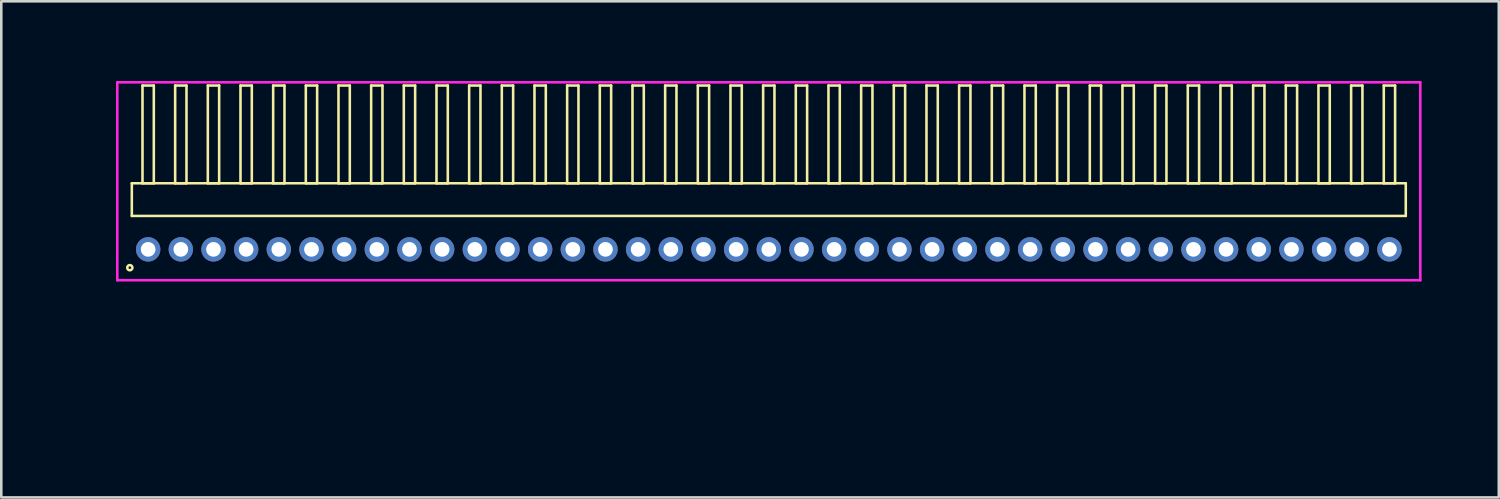
<source format=kicad_pcb>
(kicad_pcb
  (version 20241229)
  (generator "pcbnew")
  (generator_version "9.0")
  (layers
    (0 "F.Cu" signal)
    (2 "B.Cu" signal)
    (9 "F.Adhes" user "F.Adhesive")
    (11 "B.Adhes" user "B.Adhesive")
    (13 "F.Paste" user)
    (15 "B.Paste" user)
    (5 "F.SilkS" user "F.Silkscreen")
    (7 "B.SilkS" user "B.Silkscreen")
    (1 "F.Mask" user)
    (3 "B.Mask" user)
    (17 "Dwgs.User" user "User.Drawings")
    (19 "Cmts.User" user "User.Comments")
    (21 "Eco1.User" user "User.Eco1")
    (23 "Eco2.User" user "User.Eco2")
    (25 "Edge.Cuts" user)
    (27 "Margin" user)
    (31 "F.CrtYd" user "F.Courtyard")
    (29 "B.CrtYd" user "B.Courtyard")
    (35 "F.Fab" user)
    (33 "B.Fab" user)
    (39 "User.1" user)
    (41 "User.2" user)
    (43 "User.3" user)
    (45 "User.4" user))
  (footprint "HDR_RA127P39x1"
    (layer "F.Cu")
    (at 26.84 6.645)
    (property "Reference" "HDR_RA127P39x1" (at -26.08 0 90) (layer "User.1") (effects (font (size 1 1) (thickness 0.1))))
    (attr through_hole)
    (fp_line (start -24.765 -2.57) (end -24.765 -1.3) (stroke (width 0.1) (type solid)) (layer "F.SilkS"))
    (fp_line (start -24.765 -1.3) (end 24.765 -1.3) (stroke (width 0.1) (type solid)) (layer "F.SilkS"))
    (fp_line (start -24.35 -6.37) (end -24.35 -2.57) (stroke (width 0.1) (type solid)) (layer "F.SilkS"))
    (fp_line (start -24.35 -2.57) (end -23.91 -2.57) (stroke (width 0.1) (type solid)) (layer "F.SilkS"))
    (fp_line (start -23.91 -6.37) (end -24.35 -6.37) (stroke (width 0.1) (type solid)) (layer "F.SilkS"))
    (fp_line (start -23.91 -2.57) (end -23.91 -6.37) (stroke (width 0.1) (type solid)) (layer "F.SilkS"))
    (fp_line (start -23.08 -6.37) (end -23.08 -2.57) (stroke (width 0.1) (type solid)) (layer "F.SilkS"))
    (fp_line (start -23.08 -2.57) (end -22.64 -2.57) (stroke (width 0.1) (type solid)) (layer "F.SilkS"))
    (fp_line (start -22.64 -6.37) (end -23.08 -6.37) (stroke (width 0.1) (type solid)) (layer "F.SilkS"))
    (fp_line (start -22.64 -2.57) (end -22.64 -6.37) (stroke (width 0.1) (type solid)) (layer "F.SilkS"))
    (fp_line (start -21.81 -6.37) (end -21.81 -2.57) (stroke (width 0.1) (type solid)) (layer "F.SilkS"))
    (fp_line (start -21.81 -2.57) (end -21.37 -2.57) (stroke (width 0.1) (type solid)) (layer "F.SilkS"))
    (fp_line (start -21.37 -6.37) (end -21.81 -6.37) (stroke (width 0.1) (type solid)) (layer "F.SilkS"))
    (fp_line (start -21.37 -2.57) (end -21.37 -6.37) (stroke (width 0.1) (type solid)) (layer "F.SilkS"))
    (fp_line (start -20.54 -6.37) (end -20.54 -2.57) (stroke (width 0.1) (type solid)) (layer "F.SilkS"))
    (fp_line (start -20.54 -2.57) (end -20.1 -2.57) (stroke (width 0.1) (type solid)) (layer "F.SilkS"))
    (fp_line (start -20.1 -6.37) (end -20.54 -6.37) (stroke (width 0.1) (type solid)) (layer "F.SilkS"))
    (fp_line (start -20.1 -2.57) (end -20.1 -6.37) (stroke (width 0.1) (type solid)) (layer "F.SilkS"))
    (fp_line (start -19.27 -6.37) (end -19.27 -2.57) (stroke (width 0.1) (type solid)) (layer "F.SilkS"))
    (fp_line (start -19.27 -2.57) (end -18.83 -2.57) (stroke (width 0.1) (type solid)) (layer "F.SilkS"))
    (fp_line (start -18.83 -6.37) (end -19.27 -6.37) (stroke (width 0.1) (type solid)) (layer "F.SilkS"))
    (fp_line (start -18.83 -2.57) (end -18.83 -6.37) (stroke (width 0.1) (type solid)) (layer "F.SilkS"))
    (fp_line (start -18 -6.37) (end -18 -2.57) (stroke (width 0.1) (type solid)) (layer "F.SilkS"))
    (fp_line (start -18 -2.57) (end -17.56 -2.57) (stroke (width 0.1) (type solid)) (layer "F.SilkS"))
    (fp_line (start -17.56 -6.37) (end -18 -6.37) (stroke (width 0.1) (type solid)) (layer "F.SilkS"))
    (fp_line (start -17.56 -2.57) (end -17.56 -6.37) (stroke (width 0.1) (type solid)) (layer "F.SilkS"))
    (fp_line (start -16.73 -6.37) (end -16.73 -2.57) (stroke (width 0.1) (type solid)) (layer "F.SilkS"))
    (fp_line (start -16.73 -2.57) (end -16.29 -2.57) (stroke (width 0.1) (type solid)) (layer "F.SilkS"))
    (fp_line (start -16.29 -6.37) (end -16.73 -6.37) (stroke (width 0.1) (type solid)) (layer "F.SilkS"))
    (fp_line (start -16.29 -2.57) (end -16.29 -6.37) (stroke (width 0.1) (type solid)) (layer "F.SilkS"))
    (fp_line (start -15.46 -6.37) (end -15.46 -2.57) (stroke (width 0.1) (type solid)) (layer "F.SilkS"))
    (fp_line (start -15.46 -2.57) (end -15.02 -2.57) (stroke (width 0.1) (type solid)) (layer "F.SilkS"))
    (fp_line (start -15.02 -6.37) (end -15.46 -6.37) (stroke (width 0.1) (type solid)) (layer "F.SilkS"))
    (fp_line (start -15.02 -2.57) (end -15.02 -6.37) (stroke (width 0.1) (type solid)) (layer "F.SilkS"))
    (fp_line (start -14.19 -6.37) (end -14.19 -2.57) (stroke (width 0.1) (type solid)) (layer "F.SilkS"))
    (fp_line (start -14.19 -2.57) (end -13.75 -2.57) (stroke (width 0.1) (type solid)) (layer "F.SilkS"))
    (fp_line (start -13.75 -6.37) (end -14.19 -6.37) (stroke (width 0.1) (type solid)) (layer "F.SilkS"))
    (fp_line (start -13.75 -2.57) (end -13.75 -6.37) (stroke (width 0.1) (type solid)) (layer "F.SilkS"))
    (fp_line (start -12.92 -6.37) (end -12.92 -2.57) (stroke (width 0.1) (type solid)) (layer "F.SilkS"))
    (fp_line (start -12.92 -2.57) (end -12.48 -2.57) (stroke (width 0.1) (type solid)) (layer "F.SilkS"))
    (fp_line (start -12.48 -6.37) (end -12.92 -6.37) (stroke (width 0.1) (type solid)) (layer "F.SilkS"))
    (fp_line (start -12.48 -2.57) (end -12.48 -6.37) (stroke (width 0.1) (type solid)) (layer "F.SilkS"))
    (fp_line (start -11.65 -6.37) (end -11.65 -2.57) (stroke (width 0.1) (type solid)) (layer "F.SilkS"))
    (fp_line (start -11.65 -2.57) (end -11.21 -2.57) (stroke (width 0.1) (type solid)) (layer "F.SilkS"))
    (fp_line (start -11.21 -6.37) (end -11.65 -6.37) (stroke (width 0.1) (type solid)) (layer "F.SilkS"))
    (fp_line (start -11.21 -2.57) (end -11.21 -6.37) (stroke (width 0.1) (type solid)) (layer "F.SilkS"))
    (fp_line (start -10.38 -6.37) (end -10.38 -2.57) (stroke (width 0.1) (type solid)) (layer "F.SilkS"))
    (fp_line (start -10.38 -2.57) (end -9.94 -2.57) (stroke (width 0.1) (type solid)) (layer "F.SilkS"))
    (fp_line (start -9.94 -6.37) (end -10.38 -6.37) (stroke (width 0.1) (type solid)) (layer "F.SilkS"))
    (fp_line (start -9.94 -2.57) (end -9.94 -6.37) (stroke (width 0.1) (type solid)) (layer "F.SilkS"))
    (fp_line (start -9.11 -6.37) (end -9.11 -2.57) (stroke (width 0.1) (type solid)) (layer "F.SilkS"))
    (fp_line (start -9.11 -2.57) (end -8.67 -2.57) (stroke (width 0.1) (type solid)) (layer "F.SilkS"))
    (fp_line (start -8.67 -6.37) (end -9.11 -6.37) (stroke (width 0.1) (type solid)) (layer "F.SilkS"))
    (fp_line (start -8.67 -2.57) (end -8.67 -6.37) (stroke (width 0.1) (type solid)) (layer "F.SilkS"))
    (fp_line (start -7.84 -6.37) (end -7.84 -2.57) (stroke (width 0.1) (type solid)) (layer "F.SilkS"))
    (fp_line (start -7.84 -2.57) (end -7.4 -2.57) (stroke (width 0.1) (type solid)) (layer "F.SilkS"))
    (fp_line (start -7.4 -6.37) (end -7.84 -6.37) (stroke (width 0.1) (type solid)) (layer "F.SilkS"))
    (fp_line (start -7.4 -2.57) (end -7.4 -6.37) (stroke (width 0.1) (type solid)) (layer "F.SilkS"))
    (fp_line (start -6.57 -6.37) (end -6.57 -2.57) (stroke (width 0.1) (type solid)) (layer "F.SilkS"))
    (fp_line (start -6.57 -2.57) (end -6.13 -2.57) (stroke (width 0.1) (type solid)) (layer "F.SilkS"))
    (fp_line (start -6.13 -6.37) (end -6.57 -6.37) (stroke (width 0.1) (type solid)) (layer "F.SilkS"))
    (fp_line (start -6.13 -2.57) (end -6.13 -6.37) (stroke (width 0.1) (type solid)) (layer "F.SilkS"))
    (fp_line (start -5.3 -6.37) (end -5.3 -2.57) (stroke (width 0.1) (type solid)) (layer "F.SilkS"))
    (fp_line (start -5.3 -2.57) (end -4.86 -2.57) (stroke (width 0.1) (type solid)) (layer "F.SilkS"))
    (fp_line (start -4.86 -6.37) (end -5.3 -6.37) (stroke (width 0.1) (type solid)) (layer "F.SilkS"))
    (fp_line (start -4.86 -2.57) (end -4.86 -6.37) (stroke (width 0.1) (type solid)) (layer "F.SilkS"))
    (fp_line (start -4.03 -6.37) (end -4.03 -2.57) (stroke (width 0.1) (type solid)) (layer "F.SilkS"))
    (fp_line (start -4.03 -2.57) (end -3.59 -2.57) (stroke (width 0.1) (type solid)) (layer "F.SilkS"))
    (fp_line (start -3.59 -6.37) (end -4.03 -6.37) (stroke (width 0.1) (type solid)) (layer "F.SilkS"))
    (fp_line (start -3.59 -2.57) (end -3.59 -6.37) (stroke (width 0.1) (type solid)) (layer "F.SilkS"))
    (fp_line (start -2.76 -6.37) (end -2.76 -2.57) (stroke (width 0.1) (type solid)) (layer "F.SilkS"))
    (fp_line (start -2.76 -2.57) (end -2.32 -2.57) (stroke (width 0.1) (type solid)) (layer "F.SilkS"))
    (fp_line (start -2.32 -6.37) (end -2.76 -6.37) (stroke (width 0.1) (type solid)) (layer "F.SilkS"))
    (fp_line (start -2.32 -2.57) (end -2.32 -6.37) (stroke (width 0.1) (type solid)) (layer "F.SilkS"))
    (fp_line (start -1.49 -6.37) (end -1.49 -2.57) (stroke (width 0.1) (type solid)) (layer "F.SilkS"))
    (fp_line (start -1.49 -2.57) (end -1.05 -2.57) (stroke (width 0.1) (type solid)) (layer "F.SilkS"))
    (fp_line (start -1.05 -6.37) (end -1.49 -6.37) (stroke (width 0.1) (type solid)) (layer "F.SilkS"))
    (fp_line (start -1.05 -2.57) (end -1.05 -6.37) (stroke (width 0.1) (type solid)) (layer "F.SilkS"))
    (fp_line (start -0.22 -6.37) (end -0.22 -2.57) (stroke (width 0.1) (type solid)) (layer "F.SilkS"))
    (fp_line (start -0.22 -2.57) (end 0.22 -2.57) (stroke (width 0.1) (type solid)) (layer "F.SilkS"))
    (fp_line (start 0.22 -6.37) (end -0.22 -6.37) (stroke (width 0.1) (type solid)) (layer "F.SilkS"))
    (fp_line (start 0.22 -2.57) (end 0.22 -6.37) (stroke (width 0.1) (type solid)) (layer "F.SilkS"))
    (fp_line (start 1.05 -6.37) (end 1.05 -2.57) (stroke (width 0.1) (type solid)) (layer "F.SilkS"))
    (fp_line (start 1.05 -2.57) (end 1.49 -2.57) (stroke (width 0.1) (type solid)) (layer "F.SilkS"))
    (fp_line (start 1.49 -6.37) (end 1.05 -6.37) (stroke (width 0.1) (type solid)) (layer "F.SilkS"))
    (fp_line (start 1.49 -2.57) (end 1.49 -6.37) (stroke (width 0.1) (type solid)) (layer "F.SilkS"))
    (fp_line (start 2.32 -6.37) (end 2.32 -2.57) (stroke (width 0.1) (type solid)) (layer "F.SilkS"))
    (fp_line (start 2.32 -2.57) (end 2.76 -2.57) (stroke (width 0.1) (type solid)) (layer "F.SilkS"))
    (fp_line (start 2.76 -6.37) (end 2.32 -6.37) (stroke (width 0.1) (type solid)) (layer "F.SilkS"))
    (fp_line (start 2.76 -2.57) (end 2.76 -6.37) (stroke (width 0.1) (type solid)) (layer "F.SilkS"))
    (fp_line (start 3.59 -6.37) (end 3.59 -2.57) (stroke (width 0.1) (type solid)) (layer "F.SilkS"))
    (fp_line (start 3.59 -2.57) (end 4.03 -2.57) (stroke (width 0.1) (type solid)) (layer "F.SilkS"))
    (fp_line (start 4.03 -6.37) (end 3.59 -6.37) (stroke (width 0.1) (type solid)) (layer "F.SilkS"))
    (fp_line (start 4.03 -2.57) (end 4.03 -6.37) (stroke (width 0.1) (type solid)) (layer "F.SilkS"))
    (fp_line (start 4.86 -6.37) (end 4.86 -2.57) (stroke (width 0.1) (type solid)) (layer "F.SilkS"))
    (fp_line (start 4.86 -2.57) (end 5.3 -2.57) (stroke (width 0.1) (type solid)) (layer "F.SilkS"))
    (fp_line (start 5.3 -6.37) (end 4.86 -6.37) (stroke (width 0.1) (type solid)) (layer "F.SilkS"))
    (fp_line (start 5.3 -2.57) (end 5.3 -6.37) (stroke (width 0.1) (type solid)) (layer "F.SilkS"))
    (fp_line (start 6.13 -6.37) (end 6.13 -2.57) (stroke (width 0.1) (type solid)) (layer "F.SilkS"))
    (fp_line (start 6.13 -2.57) (end 6.57 -2.57) (stroke (width 0.1) (type solid)) (layer "F.SilkS"))
    (fp_line (start 6.57 -6.37) (end 6.13 -6.37) (stroke (width 0.1) (type solid)) (layer "F.SilkS"))
    (fp_line (start 6.57 -2.57) (end 6.57 -6.37) (stroke (width 0.1) (type solid)) (layer "F.SilkS"))
    (fp_line (start 7.4 -6.37) (end 7.4 -2.57) (stroke (width 0.1) (type solid)) (layer "F.SilkS"))
    (fp_line (start 7.4 -2.57) (end 7.84 -2.57) (stroke (width 0.1) (type solid)) (layer "F.SilkS"))
    (fp_line (start 7.84 -6.37) (end 7.4 -6.37) (stroke (width 0.1) (type solid)) (layer "F.SilkS"))
    (fp_line (start 7.84 -2.57) (end 7.84 -6.37) (stroke (width 0.1) (type solid)) (layer "F.SilkS"))
    (fp_line (start 8.67 -6.37) (end 8.67 -2.57) (stroke (width 0.1) (type solid)) (layer "F.SilkS"))
    (fp_line (start 8.67 -2.57) (end 9.11 -2.57) (stroke (width 0.1) (type solid)) (layer "F.SilkS"))
    (fp_line (start 9.11 -6.37) (end 8.67 -6.37) (stroke (width 0.1) (type solid)) (layer "F.SilkS"))
    (fp_line (start 9.11 -2.57) (end 9.11 -6.37) (stroke (width 0.1) (type solid)) (layer "F.SilkS"))
    (fp_line (start 9.94 -6.37) (end 9.94 -2.57) (stroke (width 0.1) (type solid)) (layer "F.SilkS"))
    (fp_line (start 9.94 -2.57) (end 10.38 -2.57) (stroke (width 0.1) (type solid)) (layer "F.SilkS"))
    (fp_line (start 10.38 -6.37) (end 9.94 -6.37) (stroke (width 0.1) (type solid)) (layer "F.SilkS"))
    (fp_line (start 10.38 -2.57) (end 10.38 -6.37) (stroke (width 0.1) (type solid)) (layer "F.SilkS"))
    (fp_line (start 11.21 -6.37) (end 11.21 -2.57) (stroke (width 0.1) (type solid)) (layer "F.SilkS"))
    (fp_line (start 11.21 -2.57) (end 11.65 -2.57) (stroke (width 0.1) (type solid)) (layer "F.SilkS"))
    (fp_line (start 11.65 -6.37) (end 11.21 -6.37) (stroke (width 0.1) (type solid)) (layer "F.SilkS"))
    (fp_line (start 11.65 -2.57) (end 11.65 -6.37) (stroke (width 0.1) (type solid)) (layer "F.SilkS"))
    (fp_line (start 12.48 -6.37) (end 12.48 -2.57) (stroke (width 0.1) (type solid)) (layer "F.SilkS"))
    (fp_line (start 12.48 -2.57) (end 12.92 -2.57) (stroke (width 0.1) (type solid)) (layer "F.SilkS"))
    (fp_line (start 12.92 -6.37) (end 12.48 -6.37) (stroke (width 0.1) (type solid)) (layer "F.SilkS"))
    (fp_line (start 12.92 -2.57) (end 12.92 -6.37) (stroke (width 0.1) (type solid)) (layer "F.SilkS"))
    (fp_line (start 13.75 -6.37) (end 13.75 -2.57) (stroke (width 0.1) (type solid)) (layer "F.SilkS"))
    (fp_line (start 13.75 -2.57) (end 14.19 -2.57) (stroke (width 0.1) (type solid)) (layer "F.SilkS"))
    (fp_line (start 14.19 -6.37) (end 13.75 -6.37) (stroke (width 0.1) (type solid)) (layer "F.SilkS"))
    (fp_line (start 14.19 -2.57) (end 14.19 -6.37) (stroke (width 0.1) (type solid)) (layer "F.SilkS"))
    (fp_line (start 15.02 -6.37) (end 15.02 -2.57) (stroke (width 0.1) (type solid)) (layer "F.SilkS"))
    (fp_line (start 15.02 -2.57) (end 15.46 -2.57) (stroke (width 0.1) (type solid)) (layer "F.SilkS"))
    (fp_line (start 15.46 -6.37) (end 15.02 -6.37) (stroke (width 0.1) (type solid)) (layer "F.SilkS"))
    (fp_line (start 15.46 -2.57) (end 15.46 -6.37) (stroke (width 0.1) (type solid)) (layer "F.SilkS"))
    (fp_line (start 16.29 -6.37) (end 16.29 -2.57) (stroke (width 0.1) (type solid)) (layer "F.SilkS"))
    (fp_line (start 16.29 -2.57) (end 16.73 -2.57) (stroke (width 0.1) (type solid)) (layer "F.SilkS"))
    (fp_line (start 16.73 -6.37) (end 16.29 -6.37) (stroke (width 0.1) (type solid)) (layer "F.SilkS"))
    (fp_line (start 16.73 -2.57) (end 16.73 -6.37) (stroke (width 0.1) (type solid)) (layer "F.SilkS"))
    (fp_line (start 17.56 -6.37) (end 17.56 -2.57) (stroke (width 0.1) (type solid)) (layer "F.SilkS"))
    (fp_line (start 17.56 -2.57) (end 18 -2.57) (stroke (width 0.1) (type solid)) (layer "F.SilkS"))
    (fp_line (start 18 -6.37) (end 17.56 -6.37) (stroke (width 0.1) (type solid)) (layer "F.SilkS"))
    (fp_line (start 18 -2.57) (end 18 -6.37) (stroke (width 0.1) (type solid)) (layer "F.SilkS"))
    (fp_line (start 18.83 -6.37) (end 18.83 -2.57) (stroke (width 0.1) (type solid)) (layer "F.SilkS"))
    (fp_line (start 18.83 -2.57) (end 19.27 -2.57) (stroke (width 0.1) (type solid)) (layer "F.SilkS"))
    (fp_line (start 19.27 -6.37) (end 18.83 -6.37) (stroke (width 0.1) (type solid)) (layer "F.SilkS"))
    (fp_line (start 19.27 -2.57) (end 19.27 -6.37) (stroke (width 0.1) (type solid)) (layer "F.SilkS"))
    (fp_line (start 20.1 -6.37) (end 20.1 -2.57) (stroke (width 0.1) (type solid)) (layer "F.SilkS"))
    (fp_line (start 20.1 -2.57) (end 20.54 -2.57) (stroke (width 0.1) (type solid)) (layer "F.SilkS"))
    (fp_line (start 20.54 -6.37) (end 20.1 -6.37) (stroke (width 0.1) (type solid)) (layer "F.SilkS"))
    (fp_line (start 20.54 -2.57) (end 20.54 -6.37) (stroke (width 0.1) (type solid)) (layer "F.SilkS"))
    (fp_line (start 21.37 -6.37) (end 21.37 -2.57) (stroke (width 0.1) (type solid)) (layer "F.SilkS"))
    (fp_line (start 21.37 -2.57) (end 21.81 -2.57) (stroke (width 0.1) (type solid)) (layer "F.SilkS"))
    (fp_line (start 21.81 -6.37) (end 21.37 -6.37) (stroke (width 0.1) (type solid)) (layer "F.SilkS"))
    (fp_line (start 21.81 -2.57) (end 21.81 -6.37) (stroke (width 0.1) (type solid)) (layer "F.SilkS"))
    (fp_line (start 22.64 -6.37) (end 22.64 -2.57) (stroke (width 0.1) (type solid)) (layer "F.SilkS"))
    (fp_line (start 22.64 -2.57) (end 23.08 -2.57) (stroke (width 0.1) (type solid)) (layer "F.SilkS"))
    (fp_line (start 23.08 -6.37) (end 22.64 -6.37) (stroke (width 0.1) (type solid)) (layer "F.SilkS"))
    (fp_line (start 23.08 -2.57) (end 23.08 -6.37) (stroke (width 0.1) (type solid)) (layer "F.SilkS"))
    (fp_line (start 23.91 -6.37) (end 23.91 -2.57) (stroke (width 0.1) (type solid)) (layer "F.SilkS"))
    (fp_line (start 23.91 -2.57) (end 24.35 -2.57) (stroke (width 0.1) (type solid)) (layer "F.SilkS"))
    (fp_line (start 24.35 -6.37) (end 23.91 -6.37) (stroke (width 0.1) (type solid)) (layer "F.SilkS"))
    (fp_line (start 24.35 -2.57) (end 24.35 -6.37) (stroke (width 0.1) (type solid)) (layer "F.SilkS"))
    (fp_line (start 24.765 -2.57) (end -24.765 -2.57) (stroke (width 0.1) (type solid)) (layer "F.SilkS"))
    (fp_line (start 24.765 -1.3) (end 24.765 -2.57) (stroke (width 0.1) (type solid)) (layer "F.SilkS"))
    (fp_circle (center -24.843 0.712) (end -24.742 0.712) (stroke (width 0.1) (type solid)) (fill no) (layer "F.SilkS"))
    (fp_line (start -25.33 -6.495) (end -25.33 1.2) (stroke (width 0.1) (type solid)) (layer "F.CrtYd"))
    (fp_line (start -25.33 1.2) (end 25.33 1.2) (stroke (width 0.1) (type solid)) (layer "F.CrtYd"))
    (fp_line (start 25.33 -6.495) (end -25.33 -6.495) (stroke (width 0.1) (type solid)) (layer "F.CrtYd"))
    (fp_line (start 25.33 1.2) (end 25.33 -6.495) (stroke (width 0.1) (type solid)) (layer "F.CrtYd"))
    (pad "1" thru_hole oval (at -24.13 0) (size 0.95 0.95) (drill 0.57) (layers "*.Cu" "*.Mask"))
    (pad "2" thru_hole oval (at -22.86 0) (size 0.95 0.95) (drill 0.57) (layers "*.Cu" "*.Mask"))
    (pad "3" thru_hole oval (at -21.59 0) (size 0.95 0.95) (drill 0.57) (layers "*.Cu" "*.Mask"))
    (pad "4" thru_hole oval (at -20.32 0) (size 0.95 0.95) (drill 0.57) (layers "*.Cu" "*.Mask"))
    (pad "5" thru_hole oval (at -19.05 0) (size 0.95 0.95) (drill 0.57) (layers "*.Cu" "*.Mask"))
    (pad "6" thru_hole oval (at -17.78 0) (size 0.95 0.95) (drill 0.57) (layers "*.Cu" "*.Mask"))
    (pad "7" thru_hole oval (at -16.51 0) (size 0.95 0.95) (drill 0.57) (layers "*.Cu" "*.Mask"))
    (pad "8" thru_hole oval (at -15.24 0) (size 0.95 0.95) (drill 0.57) (layers "*.Cu" "*.Mask"))
    (pad "9" thru_hole oval (at -13.97 0) (size 0.95 0.95) (drill 0.57) (layers "*.Cu" "*.Mask"))
    (pad "10" thru_hole oval (at -12.7 0) (size 0.95 0.95) (drill 0.57) (layers "*.Cu" "*.Mask"))
    (pad "11" thru_hole oval (at -11.43 0) (size 0.95 0.95) (drill 0.57) (layers "*.Cu" "*.Mask"))
    (pad "12" thru_hole oval (at -10.16 0) (size 0.95 0.95) (drill 0.57) (layers "*.Cu" "*.Mask"))
    (pad "13" thru_hole oval (at -8.89 0) (size 0.95 0.95) (drill 0.57) (layers "*.Cu" "*.Mask"))
    (pad "14" thru_hole oval (at -7.62 0) (size 0.95 0.95) (drill 0.57) (layers "*.Cu" "*.Mask"))
    (pad "15" thru_hole oval (at -6.35 0) (size 0.95 0.95) (drill 0.57) (layers "*.Cu" "*.Mask"))
    (pad "16" thru_hole oval (at -5.08 0) (size 0.95 0.95) (drill 0.57) (layers "*.Cu" "*.Mask"))
    (pad "17" thru_hole oval (at -3.81 0) (size 0.95 0.95) (drill 0.57) (layers "*.Cu" "*.Mask"))
    (pad "18" thru_hole oval (at -2.54 0) (size 0.95 0.95) (drill 0.57) (layers "*.Cu" "*.Mask"))
    (pad "19" thru_hole oval (at -1.27 0) (size 0.95 0.95) (drill 0.57) (layers "*.Cu" "*.Mask"))
    (pad "20" thru_hole oval (at 0 0) (size 0.95 0.95) (drill 0.57) (layers "*.Cu" "*.Mask"))
    (pad "21" thru_hole oval (at 1.27 0) (size 0.95 0.95) (drill 0.57) (layers "*.Cu" "*.Mask"))
    (pad "22" thru_hole oval (at 2.54 0) (size 0.95 0.95) (drill 0.57) (layers "*.Cu" "*.Mask"))
    (pad "23" thru_hole oval (at 3.81 0) (size 0.95 0.95) (drill 0.57) (layers "*.Cu" "*.Mask"))
    (pad "24" thru_hole oval (at 5.08 0) (size 0.95 0.95) (drill 0.57) (layers "*.Cu" "*.Mask"))
    (pad "25" thru_hole oval (at 6.35 0) (size 0.95 0.95) (drill 0.57) (layers "*.Cu" "*.Mask"))
    (pad "26" thru_hole oval (at 7.62 0) (size 0.95 0.95) (drill 0.57) (layers "*.Cu" "*.Mask"))
    (pad "27" thru_hole oval (at 8.89 0) (size 0.95 0.95) (drill 0.57) (layers "*.Cu" "*.Mask"))
    (pad "28" thru_hole oval (at 10.16 0) (size 0.95 0.95) (drill 0.57) (layers "*.Cu" "*.Mask"))
    (pad "29" thru_hole oval (at 11.43 0) (size 0.95 0.95) (drill 0.57) (layers "*.Cu" "*.Mask"))
    (pad "30" thru_hole oval (at 12.7 0) (size 0.95 0.95) (drill 0.57) (layers "*.Cu" "*.Mask"))
    (pad "31" thru_hole oval (at 13.97 0) (size 0.95 0.95) (drill 0.57) (layers "*.Cu" "*.Mask"))
    (pad "32" thru_hole oval (at 15.24 0) (size 0.95 0.95) (drill 0.57) (layers "*.Cu" "*.Mask"))
    (pad "33" thru_hole oval (at 16.51 0) (size 0.95 0.95) (drill 0.57) (layers "*.Cu" "*.Mask"))
    (pad "34" thru_hole oval (at 17.78 0) (size 0.95 0.95) (drill 0.57) (layers "*.Cu" "*.Mask"))
    (pad "35" thru_hole oval (at 19.05 0) (size 0.95 0.95) (drill 0.57) (layers "*.Cu" "*.Mask"))
    (pad "36" thru_hole oval (at 20.32 0) (size 0.95 0.95) (drill 0.57) (layers "*.Cu" "*.Mask"))
    (pad "37" thru_hole oval (at 21.59 0) (size 0.95 0.95) (drill 0.57) (layers "*.Cu" "*.Mask"))
    (pad "38" thru_hole oval (at 22.86 0) (size 0.95 0.95) (drill 0.57) (layers "*.Cu" "*.Mask"))
    (pad "39" thru_hole oval (at 24.13 0) (size 0.95 0.95) (drill 0.57) (layers "*.Cu" "*.Mask")))
  (gr_rect
    (start -3 -3)
    (end 55.221 16.29)
    (stroke (width 0.1) (type default))
    (fill no)
    (layer "Edge.Cuts")))
</source>
